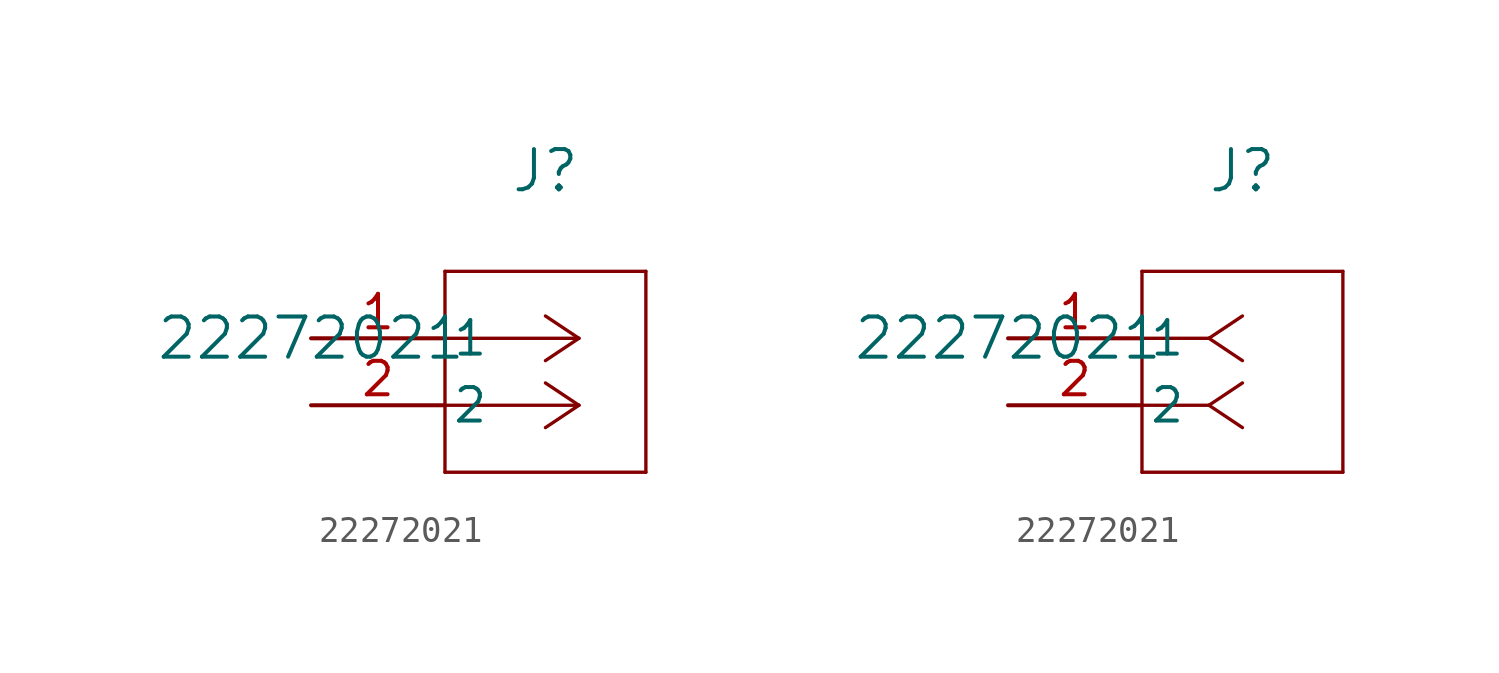
<source format=kicad_sym>
(kicad_symbol_lib
  (version 20211014)
  (generator kicad_symbol_editor)
  (symbol "22272021"
    (pin_names
      (offset 0.254))
    (property "Reference" "J"
      (at 8.89 6.35 0)
      (effects (font (size 1.524 1.524))))
    (property "Value" "22272021"
      (at 0 0 0)
      (effects (font (size 1.524 1.524))))
    (symbol "22272021_1_1"
      (polyline (pts (xy 10.16 0) (xy 5.08 0)) (stroke (width 0.127) (type default) (color 0 0 0 0)) (fill (type none)))
      (polyline (pts (xy 10.16 -2.54) (xy 5.08 -2.54)) (stroke (width 0.127) (type default) (color 0 0 0 0)) (fill (type none)))
      (polyline (pts (xy 10.16 0) (xy 8.89 0.847)) (stroke (width 0.127) (type default) (color 0 0 0 0)) (fill (type none)))
      (polyline (pts (xy 10.16 -2.54) (xy 8.89 -1.693)) (stroke (width 0.127) (type default) (color 0 0 0 0)) (fill (type none)))
      (polyline (pts (xy 10.16 0) (xy 8.89 -0.847)) (stroke (width 0.127) (type default) (color 0 0 0 0)) (fill (type none)))
      (polyline (pts (xy 10.16 -2.54) (xy 8.89 -3.387)) (stroke (width 0.127) (type default) (color 0 0 0 0)) (fill (type none)))
      (polyline (pts (xy 5.08 2.54) (xy 5.08 -5.08)) (stroke (width 0.127) (type default) (color 0 0 0 0)) (fill (type none)))
      (polyline (pts (xy 5.08 -5.08) (xy 12.7 -5.08)) (stroke (width 0.127) (type default) (color 0 0 0 0)) (fill (type none)))
      (polyline (pts (xy 12.7 -5.08) (xy 12.7 2.54)) (stroke (width 0.127) (type default) (color 0 0 0 0)) (fill (type none)))
      (polyline (pts (xy 12.7 2.54) (xy 5.08 2.54)) (stroke (width 0.127) (type default) (color 0 0 0 0)) (fill (type none)))
      (pin unspecified line (at 0 0 0) (length 5.08) (name "1" (effects (font (size 1.27 1.27)))) (number "1" (effects (font (size 1.27 1.27)))))
      (pin unspecified line (at 0 -2.54 0) (length 5.08) (name "2" (effects (font (size 1.27 1.27)))) (number "2" (effects (font (size 1.27 1.27))))))
    (symbol "22272021_1_2"
      (polyline (pts (xy 7.62 0) (xy 5.08 0)) (stroke (width 0.127) (type default) (color 0 0 0 0)) (fill (type none)))
      (polyline (pts (xy 7.62 -2.54) (xy 5.08 -2.54)) (stroke (width 0.127) (type default) (color 0 0 0 0)) (fill (type none)))
      (polyline (pts (xy 7.62 0) (xy 8.89 0.847)) (stroke (width 0.127) (type default) (color 0 0 0 0)) (fill (type none)))
      (polyline (pts (xy 7.62 -2.54) (xy 8.89 -1.693)) (stroke (width 0.127) (type default) (color 0 0 0 0)) (fill (type none)))
      (polyline (pts (xy 7.62 0) (xy 8.89 -0.847)) (stroke (width 0.127) (type default) (color 0 0 0 0)) (fill (type none)))
      (polyline (pts (xy 7.62 -2.54) (xy 8.89 -3.387)) (stroke (width 0.127) (type default) (color 0 0 0 0)) (fill (type none)))
      (polyline (pts (xy 5.08 2.54) (xy 5.08 -5.08)) (stroke (width 0.127) (type default) (color 0 0 0 0)) (fill (type none)))
      (polyline (pts (xy 5.08 -5.08) (xy 12.7 -5.08)) (stroke (width 0.127) (type default) (color 0 0 0 0)) (fill (type none)))
      (polyline (pts (xy 12.7 -5.08) (xy 12.7 2.54)) (stroke (width 0.127) (type default) (color 0 0 0 0)) (fill (type none)))
      (polyline (pts (xy 12.7 2.54) (xy 5.08 2.54)) (stroke (width 0.127) (type default) (color 0 0 0 0)) (fill (type none)))
      (pin unspecified line (at 0 0 0) (length 5.08) (name "1" (effects (font (size 1.27 1.27)))) (number "1" (effects (font (size 1.27 1.27)))))
      (pin unspecified line (at 0 -2.54 0) (length 5.08) (name "2" (effects (font (size 1.27 1.27)))) (number "2" (effects (font (size 1.27 1.27))))))))
</source>
